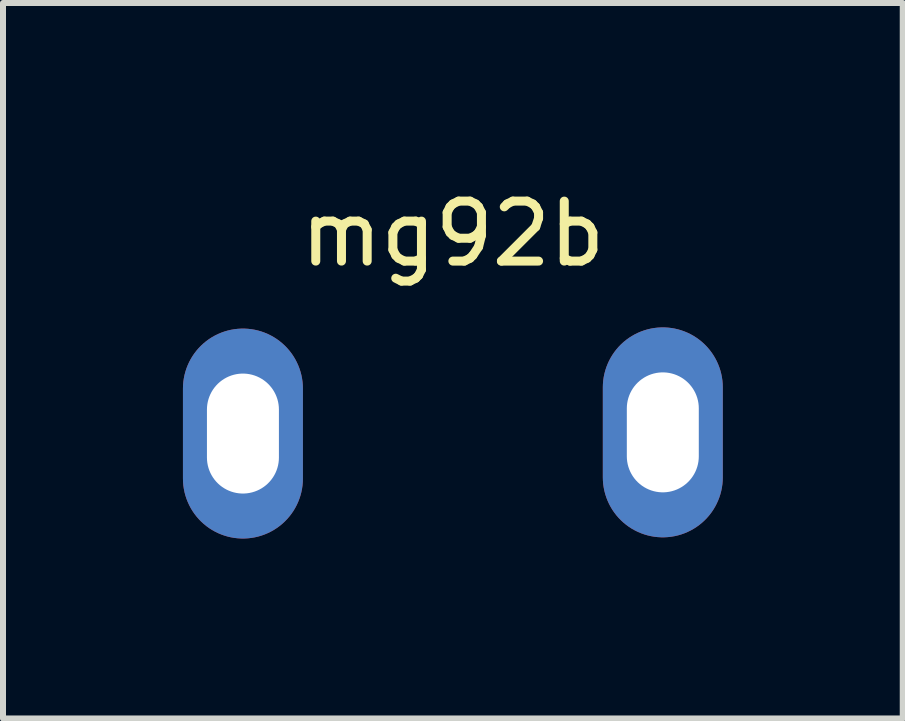
<source format=kicad_pcb>
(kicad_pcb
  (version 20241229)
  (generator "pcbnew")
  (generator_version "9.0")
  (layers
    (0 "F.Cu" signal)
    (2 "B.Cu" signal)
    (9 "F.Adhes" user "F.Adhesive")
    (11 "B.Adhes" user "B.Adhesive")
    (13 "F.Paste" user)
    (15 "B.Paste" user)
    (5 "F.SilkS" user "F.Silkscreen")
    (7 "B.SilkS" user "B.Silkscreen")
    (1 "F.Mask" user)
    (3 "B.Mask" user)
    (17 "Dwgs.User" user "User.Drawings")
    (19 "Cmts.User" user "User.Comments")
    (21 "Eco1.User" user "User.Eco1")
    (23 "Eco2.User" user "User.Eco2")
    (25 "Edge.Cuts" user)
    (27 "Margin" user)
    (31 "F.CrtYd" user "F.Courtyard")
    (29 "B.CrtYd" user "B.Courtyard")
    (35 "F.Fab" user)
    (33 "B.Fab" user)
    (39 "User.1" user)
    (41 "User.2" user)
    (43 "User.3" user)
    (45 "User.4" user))
  (footprint "mg92b"
    (layer "F.Cu")
    (at 4.5 4.158)
    (property "Reference" "mg92b" (at 0 -3.31 0) (layer "F.SilkS") (effects (font (size 1 1) (thickness 0.15))))
    (attr through_hole)
    (pad "1" thru_hole oval (at -3.5 0.02) (size 2 3.5) (drill oval 1.2 2) (layers "*.Cu" "*.Mask"))
    (pad "2" thru_hole oval (at 3.5 0) (size 2 3.5) (drill oval 1.2 2) (layers "*.Cu" "*.Mask")))
  (gr_rect
    (start -3 -3)
    (end 12 8.928)
    (stroke (width 0.1) (type default))
    (fill no)
    (layer "Edge.Cuts")))
</source>
